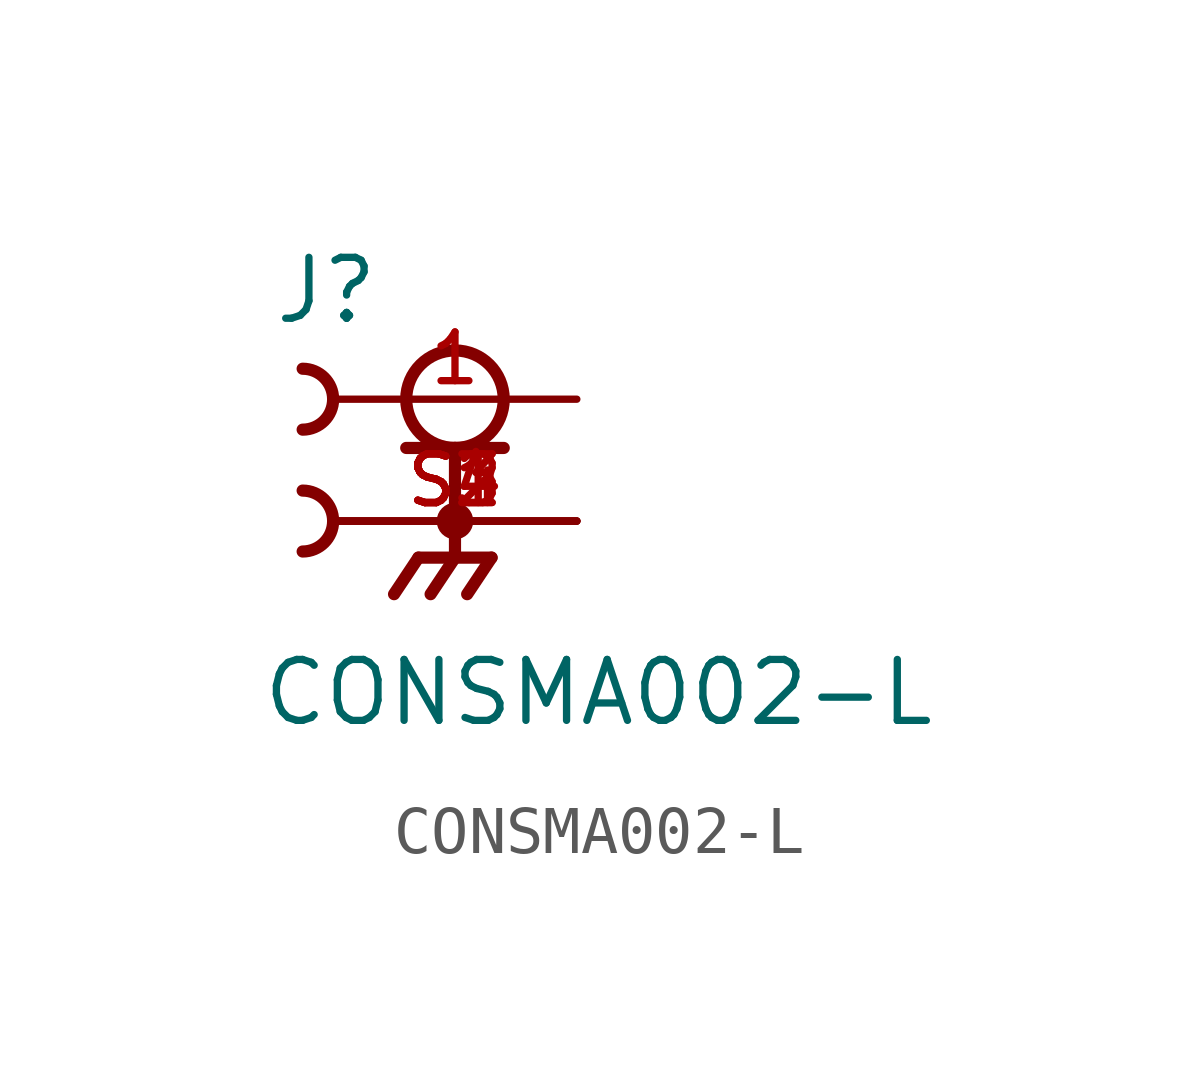
<source format=kicad_sym>
(kicad_symbol_lib
  (version 20211014)
  (generator kicad_symbol_editor)
  (symbol "CONSMA002-L"
    (pin_names
      (offset 1.016))
    (property "Reference" "J"
      (at -3.81 1.524 0)
      (effects (font (size 1.27 1.27)) (justify bottom left)))
    (property "Value" "CONSMA002-L"
      (at -4.064 -6.858 0)
      (effects (font (size 1.27 1.27)) (justify bottom left)))
    (symbol "CONSMA002-L_0_0"
      (circle (center 0.0 0.0) (radius 1.016) (stroke (width 0.254)) (fill (type none)))
      (polyline (pts (xy -1.016 -1.016) (xy 0.0 -1.016)) (stroke (width 0.254)))
      (polyline (pts (xy 0.0 -1.016) (xy 1.016 -1.016)) (stroke (width 0.254)))
      (polyline (pts (xy 0.0 -1.016) (xy 0.0 -3.302)) (stroke (width 0.254)))
      (circle (center 0.0 -2.54) (radius 0.254) (stroke (width 0.254)) (fill (type none)))
      (polyline (pts (xy 0.0 -3.302) (xy -0.762 -3.302)) (stroke (width 0.254)))
      (polyline (pts (xy 0.0 -3.302) (xy 0.762 -3.302)) (stroke (width 0.254)))
      (polyline (pts (xy -0.762 -3.302) (xy -1.27 -4.064)) (stroke (width 0.254)))
      (polyline (pts (xy 0.0 -3.302) (xy -0.508 -4.064)) (stroke (width 0.254)))
      (polyline (pts (xy 0.762 -3.302) (xy 0.254 -4.064)) (stroke (width 0.254)))
      (arc (start -3.175 0.635) (mid -2.54 -0.0) (end -3.175 -0.635) (stroke (width 0.254) (type default) (color 0 0 0 0)) (fill (type none)))
      (arc (start -3.175 -1.905) (mid -2.54 -2.54) (end -3.175 -3.175) (stroke (width 0.254) (type default) (color 0 0 0 0)) (fill (type none)))
      (pin passive line (at 2.54 0.0 180.0) (length 5.08) (name "~" (effects (font (size 1.016 1.016)))) (number "1" (effects (font (size 1.016 1.016)))))
      (pin passive line (at 2.54 -2.54 180.0) (length 5.08) (name "~" (effects (font (size 1.016 1.016)))) (number "S1" (effects (font (size 1.016 1.016)))))
      (pin passive line (at 2.54 -2.54 180.0) (length 5.08) (name "~" (effects (font (size 1.016 1.016)))) (number "S2" (effects (font (size 1.016 1.016)))))
      (pin passive line (at 2.54 -2.54 180.0) (length 5.08) (name "~" (effects (font (size 1.016 1.016)))) (number "S3" (effects (font (size 1.016 1.016)))))
      (pin passive line (at 2.54 -2.54 180.0) (length 5.08) (name "~" (effects (font (size 1.016 1.016)))) (number "S4" (effects (font (size 1.016 1.016))))))))
</source>
